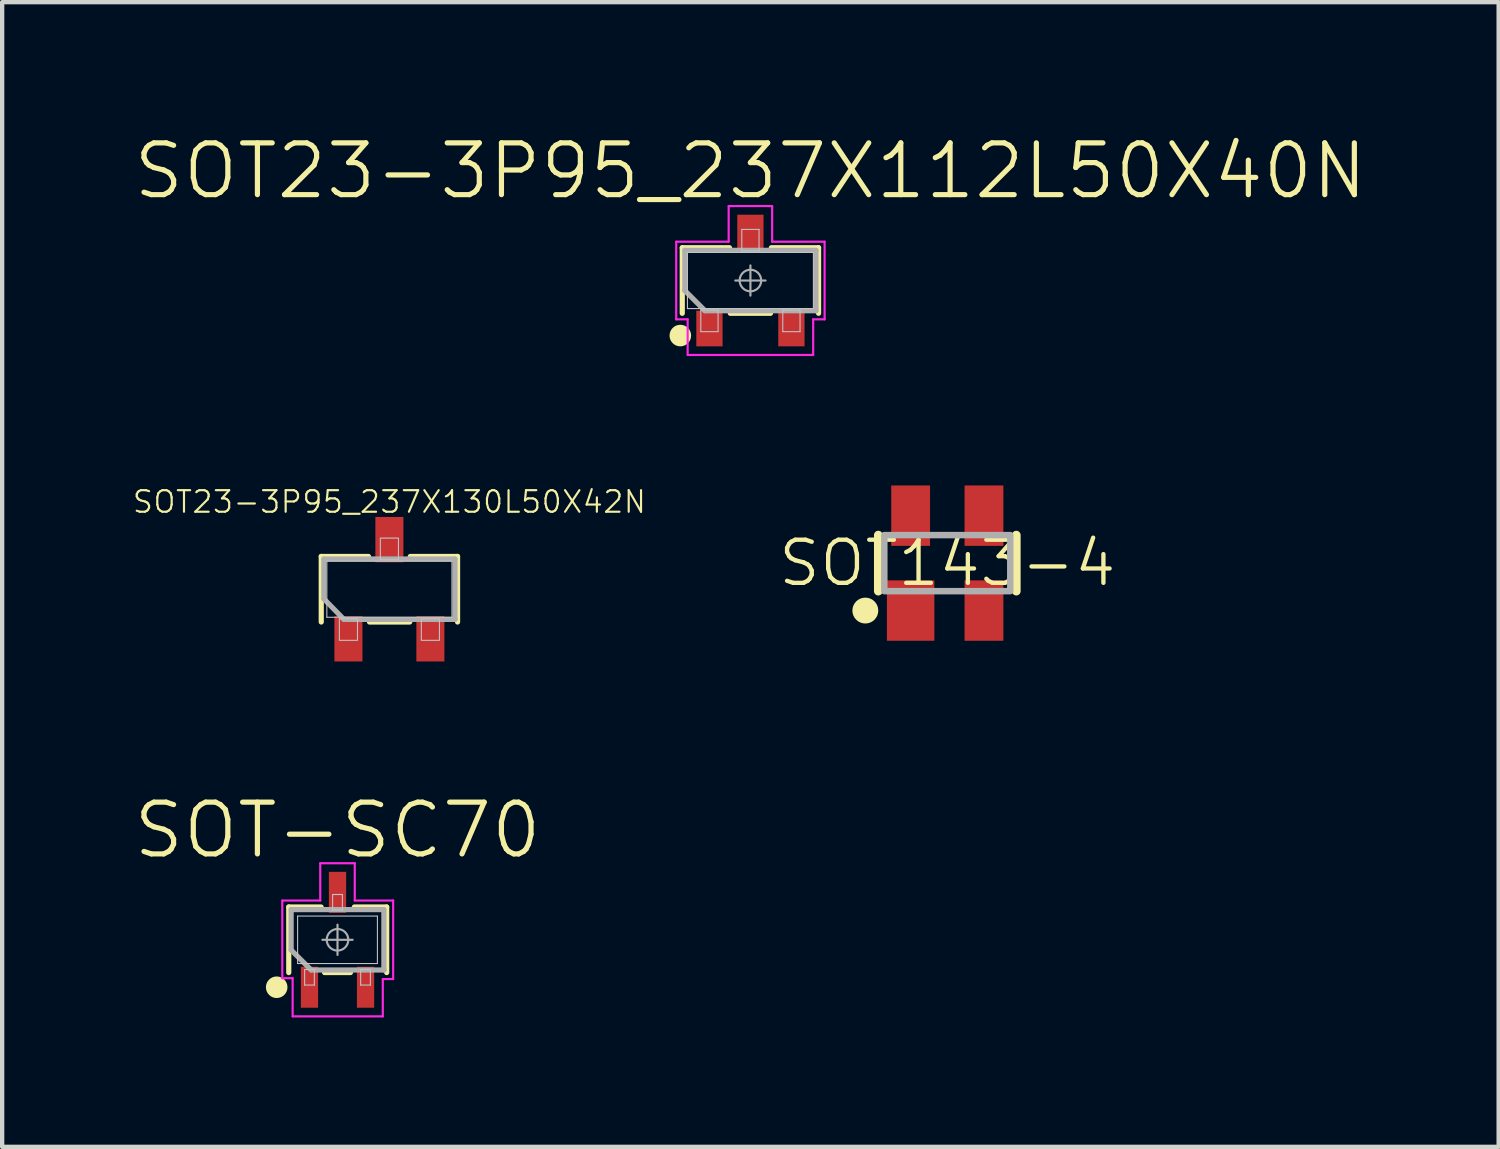
<source format=kicad_pcb>
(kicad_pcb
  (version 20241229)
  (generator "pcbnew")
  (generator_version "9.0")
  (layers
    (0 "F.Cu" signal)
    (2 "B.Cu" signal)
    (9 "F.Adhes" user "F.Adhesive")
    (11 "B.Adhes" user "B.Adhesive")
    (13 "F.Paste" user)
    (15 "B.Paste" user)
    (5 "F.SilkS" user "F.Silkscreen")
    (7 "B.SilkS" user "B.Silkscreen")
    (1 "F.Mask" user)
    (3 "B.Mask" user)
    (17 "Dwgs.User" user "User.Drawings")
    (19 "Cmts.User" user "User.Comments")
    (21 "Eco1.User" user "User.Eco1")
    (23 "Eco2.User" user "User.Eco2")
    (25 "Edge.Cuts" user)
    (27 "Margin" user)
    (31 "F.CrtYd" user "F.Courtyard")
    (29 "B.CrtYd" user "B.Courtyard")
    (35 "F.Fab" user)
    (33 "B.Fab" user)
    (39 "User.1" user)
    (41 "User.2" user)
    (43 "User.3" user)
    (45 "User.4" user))
  (footprint "SOT23-3P95_237X130L50X42N"
    (layer "F.Cu")
    (at 5.977 10.609)
    (property "Reference" "SOT23-3P95_237X130L50X42N" (at 0 -2.025 0) (unlocked yes) (layer "F.SilkS") (effects (font (size 0.5 0.5) (thickness 0.05))))
    (attr smd)
    (fp_line (start -1.58 -0.76) (end -0.485 -0.76) (stroke (width 0.12) (type solid)) (layer "F.SilkS"))
    (fp_line (start -1.58 0.76) (end -1.58 -0.76) (stroke (width 0.12) (type solid)) (layer "F.SilkS"))
    (fp_line (start 0.471 0.76) (end -0.461 0.76) (stroke (width 0.12) (type solid)) (layer "F.SilkS"))
    (fp_line (start 0.485 -0.76) (end 1.58 -0.76) (stroke (width 0.12) (type solid)) (layer "F.SilkS"))
    (fp_line (start 1.58 -0.76) (end 1.58 0.76) (stroke (width 0.12) (type solid)) (layer "F.SilkS"))
    (fp_line (start -1.45 -0.65) (end 1.45 -0.65) (stroke (width 0.025) (type default)) (layer "Dwgs.User"))
    (fp_line (start -1.45 0.65) (end -1.45 -0.65) (stroke (width 0.025) (type default)) (layer "Dwgs.User"))
    (fp_line (start 1.45 0.65) (end -1.45 0.65) (stroke (width 0.025) (type default)) (layer "Dwgs.User"))
    (fp_line (start 1.45 0.65) (end 1.45 -0.65) (stroke (width 0.025) (type default)) (layer "Dwgs.User"))
    (fp_rect (start -1.16 0.685) (end -0.74 1.185) (stroke (width 0.025) (type default)) (fill no) (layer "Dwgs.User"))
    (fp_rect (start -0.21 -1.185) (end 0.21 -0.685) (stroke (width 0.025) (type default)) (fill no) (layer "Dwgs.User"))
    (fp_rect (start 0.74 0.685) (end 1.16 1.185) (stroke (width 0.025) (type default)) (fill no) (layer "Dwgs.User"))
    (fp_line (start -1.52 -0.7) (end 1.52 -0.7) (stroke (width 0.12) (type solid)) (layer "F.Fab"))
    (fp_line (start -1.52 0.223) (end -1.52 -0.7) (stroke (width 0.12) (type solid)) (layer "F.Fab"))
    (fp_line (start -1.053 0.7) (end -1.52 0.223) (stroke (width 0.12) (type solid)) (layer "F.Fab"))
    (fp_line (start 1.52 -0.7) (end 1.52 0.7) (stroke (width 0.12) (type solid)) (layer "F.Fab"))
    (fp_line (start 1.52 0.7) (end -1.053 0.7) (stroke (width 0.12) (type solid)) (layer "F.Fab"))
    (pad "1" smd rect (at -0.95 1.15) (size 0.65 1.05) (layers "F.Cu" "F.Mask" "F.Paste"))
    (pad "2" smd rect (at 0.95 1.15) (size 0.65 1.05) (layers "F.Cu" "F.Mask" "F.Paste"))
    (pad "3" smd rect (at 0 -1.15) (size 0.65 1.05) (layers "F.Cu" "F.Mask" "F.Paste")))
  (footprint "SOT143-4"
    (layer "F.Cu")
    (at 18.91 10.004)
    (property "Reference" "SOT143-4" (at 0 0 0) (unlocked yes) (layer "F.SilkS") (effects (font (size 1 1) (thickness 0.1))))
    (attr smd)
    (fp_line (start -1.6 -0.65) (end -1.6 0.65) (stroke (width 0.2) (type default)) (layer "F.SilkS"))
    (fp_line (start 1.6 -0.65) (end 1.6 0.65) (stroke (width 0.2) (type default)) (layer "F.SilkS"))
    (fp_circle (center -1.9 1.1) (end -1.7 1.1) (stroke (width 0.2) (type solid)) (fill yes) (layer "F.SilkS"))
    (fp_rect (start -1.46 -0.65) (end 1.46 0.65) (stroke (width 0.15) (type default)) (fill no) (layer "F.Fab"))
    (pad "1" smd rect (at -0.85 1.1) (size 1.1 1.4) (layers "F.Cu" "F.Mask" "F.Paste"))
    (pad "2" smd rect (at 0.85 1.1) (size 0.9 1.4) (layers "F.Cu" "F.Mask" "F.Paste"))
    (pad "3" smd rect (at 0.85 -1.1) (size 0.9 1.4) (layers "F.Cu" "F.Mask" "F.Paste"))
    (pad "4" smd rect (at -0.85 -1.1) (size 0.9 1.4) (layers "F.Cu" "F.Mask" "F.Paste")))
  (footprint "SOT-SC70"
    (layer "F.Cu")
    (at 4.774 18.736)
    (property "Reference" "SOT-SC70" (at 0 -2.54 0) (layer "F.SilkS") (effects (font (size 1.2 1.2) (thickness 0.12))))
    (attr smd)
    (fp_line (start -1.13 -0.76) (end -0.38 -0.76) (stroke (width 0.12) (type solid)) (layer "F.SilkS"))
    (fp_line (start -1.13 0.76) (end -1.13 -0.76) (stroke (width 0.12) (type solid)) (layer "F.SilkS"))
    (fp_line (start 0.3 0.76) (end -0.3 0.76) (stroke (width 0.12) (type solid)) (layer "F.SilkS"))
    (fp_line (start 0.39 -0.76) (end 1.14 -0.76) (stroke (width 0.12) (type solid)) (layer "F.SilkS"))
    (fp_line (start 1.14 -0.76) (end 1.14 0.76) (stroke (width 0.12) (type solid)) (layer "F.SilkS"))
    (fp_circle (center -1.41 1.1) (end -1.41 1.225) (stroke (width 0.25) (type solid)) (fill no) (layer "F.SilkS"))
    (fp_line (start -0.925 -0.55) (end 0.925 -0.55) (stroke (width 0.025) (type solid)) (layer "Dwgs.User"))
    (fp_line (start -0.925 0.55) (end -0.925 -0.55) (stroke (width 0.025) (type solid)) (layer "Dwgs.User"))
    (fp_line (start -0.762 0.69) (end -0.537 0.69) (stroke (width 0.025) (type solid)) (layer "Dwgs.User"))
    (fp_line (start -0.762 1.05) (end -0.762 0.69) (stroke (width 0.025) (type solid)) (layer "Dwgs.User"))
    (fp_line (start -0.537 0.69) (end -0.537 1.05) (stroke (width 0.025) (type solid)) (layer "Dwgs.User"))
    (fp_line (start -0.537 1.05) (end -0.762 1.05) (stroke (width 0.025) (type solid)) (layer "Dwgs.User"))
    (fp_line (start -0.113 -1.05) (end 0.113 -1.05) (stroke (width 0.025) (type solid)) (layer "Dwgs.User"))
    (fp_line (start -0.113 -0.69) (end -0.113 -1.05) (stroke (width 0.025) (type solid)) (layer "Dwgs.User"))
    (fp_line (start 0.113 -1.05) (end 0.113 -0.69) (stroke (width 0.025) (type solid)) (layer "Dwgs.User"))
    (fp_line (start 0.113 -0.69) (end -0.113 -0.69) (stroke (width 0.025) (type solid)) (layer "Dwgs.User"))
    (fp_line (start 0.537 0.69) (end 0.762 0.69) (stroke (width 0.025) (type solid)) (layer "Dwgs.User"))
    (fp_line (start 0.537 1.05) (end 0.537 0.69) (stroke (width 0.025) (type solid)) (layer "Dwgs.User"))
    (fp_line (start 0.762 0.69) (end 0.762 1.05) (stroke (width 0.025) (type solid)) (layer "Dwgs.User"))
    (fp_line (start 0.762 1.05) (end 0.537 1.05) (stroke (width 0.025) (type solid)) (layer "Dwgs.User"))
    (fp_line (start 0.925 -0.55) (end 0.925 0.55) (stroke (width 0.025) (type solid)) (layer "Dwgs.User"))
    (fp_line (start 0.925 0.55) (end -0.925 0.55) (stroke (width 0.025) (type solid)) (layer "Dwgs.User"))
    (fp_line (start -1.28 -0.91) (end -1.28 0.89) (stroke (width 0.05) (type solid)) (layer "F.CrtYd"))
    (fp_line (start -1.28 0.89) (end -1.04 0.89) (stroke (width 0.05) (type solid)) (layer "F.CrtYd"))
    (fp_line (start -1.04 0.89) (end -1.04 1.775) (stroke (width 0.05) (type solid)) (layer "F.CrtYd"))
    (fp_line (start -1.04 1.775) (end 1.05 1.775) (stroke (width 0.05) (type solid)) (layer "F.CrtYd"))
    (fp_line (start -0.4 -1.775) (end -0.4 -0.91) (stroke (width 0.05) (type solid)) (layer "F.CrtYd"))
    (fp_line (start -0.4 -0.91) (end -1.28 -0.91) (stroke (width 0.05) (type solid)) (layer "F.CrtYd"))
    (fp_line (start 0.4 -1.775) (end -0.4 -1.775) (stroke (width 0.05) (type solid)) (layer "F.CrtYd"))
    (fp_line (start 0.4 -0.91) (end 0.4 -1.775) (stroke (width 0.05) (type solid)) (layer "F.CrtYd"))
    (fp_line (start 1.05 0.91) (end 1.29 0.91) (stroke (width 0.05) (type solid)) (layer "F.CrtYd"))
    (fp_line (start 1.05 1.775) (end 1.05 0.91) (stroke (width 0.05) (type solid)) (layer "F.CrtYd"))
    (fp_line (start 1.29 -0.91) (end 0.4 -0.91) (stroke (width 0.05) (type solid)) (layer "F.CrtYd"))
    (fp_line (start 1.29 0.91) (end 1.29 -0.91) (stroke (width 0.05) (type solid)) (layer "F.CrtYd"))
    (fp_line (start -1.075 -0.7) (end 1.075 -0.7) (stroke (width 0.12) (type solid)) (layer "F.Fab"))
    (fp_line (start -1.075 0.236) (end -1.075 -0.7) (stroke (width 0.12) (type solid)) (layer "F.Fab"))
    (fp_line (start -0.611 0.7) (end -1.075 0.237) (stroke (width 0.12) (type solid)) (layer "F.Fab"))
    (fp_line (start -0.35 0) (end 0.35 0) (stroke (width 0.05) (type solid)) (layer "F.Fab"))
    (fp_line (start 0 -0.35) (end 0 0.35) (stroke (width 0.05) (type solid)) (layer "F.Fab"))
    (fp_line (start 1.075 -0.7) (end 1.075 0.7) (stroke (width 0.12) (type solid)) (layer "F.Fab"))
    (fp_line (start 1.08 0.7) (end -0.611 0.7) (stroke (width 0.12) (type solid)) (layer "F.Fab"))
    (fp_circle (center 0 0) (end 0.25 0) (stroke (width 0.05) (type solid)) (fill no) (layer "F.Fab"))
    (pad "1" smd rect (at -0.65 1.1) (size 0.4 0.95) (layers "F.Cu" "F.Mask" "F.Paste"))
    (pad "2" smd rect (at 0.65 1.1) (size 0.4 0.95) (layers "F.Cu" "F.Mask" "F.Paste"))
    (pad "3" smd rect (at 0 -1.1) (size 0.4 0.95) (layers "F.Cu" "F.Mask" "F.Paste")))
  (footprint "SOT23-3P95_237X112L50X40N"
    (layer "F.Cu")
    (at 14.346 3.453)
    (property "Reference" "SOT23-3P95_237X112L50X40N" (at 0 -2.54 0) (layer "F.SilkS") (effects (font (size 1.2 1.2) (thickness 0.12))))
    (attr smd)
    (fp_line (start -1.58 -0.76) (end -0.485 -0.76) (stroke (width 0.12) (type solid)) (layer "F.SilkS"))
    (fp_line (start -1.58 0.76) (end -1.58 -0.76) (stroke (width 0.12) (type solid)) (layer "F.SilkS"))
    (fp_line (start 0.466 0.76) (end -0.466 0.76) (stroke (width 0.12) (type solid)) (layer "F.SilkS"))
    (fp_line (start 0.485 -0.76) (end 1.58 -0.76) (stroke (width 0.12) (type solid)) (layer "F.SilkS"))
    (fp_line (start 1.58 -0.76) (end 1.58 0.76) (stroke (width 0.12) (type solid)) (layer "F.SilkS"))
    (fp_circle (center -1.625 1.276) (end -1.625 1.401) (stroke (width 0.25) (type solid)) (fill no) (layer "F.SilkS"))
    (fp_line (start -1.46 -0.65) (end 1.46 -0.65) (stroke (width 0.025) (type solid)) (layer "Dwgs.User"))
    (fp_line (start -1.46 0.65) (end -1.46 -0.65) (stroke (width 0.025) (type solid)) (layer "Dwgs.User"))
    (fp_line (start -1.15 0.685) (end -0.75 0.685) (stroke (width 0.025) (type solid)) (layer "Dwgs.User"))
    (fp_line (start -1.15 1.185) (end -1.15 0.685) (stroke (width 0.025) (type solid)) (layer "Dwgs.User"))
    (fp_line (start -0.75 0.685) (end -0.75 1.185) (stroke (width 0.025) (type solid)) (layer "Dwgs.User"))
    (fp_line (start -0.75 1.185) (end -1.15 1.185) (stroke (width 0.025) (type solid)) (layer "Dwgs.User"))
    (fp_line (start -0.2 -1.185) (end 0.2 -1.185) (stroke (width 0.025) (type solid)) (layer "Dwgs.User"))
    (fp_line (start -0.2 -0.685) (end -0.2 -1.185) (stroke (width 0.025) (type solid)) (layer "Dwgs.User"))
    (fp_line (start 0.2 -1.185) (end 0.2 -0.685) (stroke (width 0.025) (type solid)) (layer "Dwgs.User"))
    (fp_line (start 0.2 -0.685) (end -0.2 -0.685) (stroke (width 0.025) (type solid)) (layer "Dwgs.User"))
    (fp_line (start 0.75 0.685) (end 1.15 0.685) (stroke (width 0.025) (type solid)) (layer "Dwgs.User"))
    (fp_line (start 0.75 1.185) (end 0.75 0.685) (stroke (width 0.025) (type solid)) (layer "Dwgs.User"))
    (fp_line (start 1.15 0.685) (end 1.15 1.185) (stroke (width 0.025) (type solid)) (layer "Dwgs.User"))
    (fp_line (start 1.15 1.185) (end 0.75 1.185) (stroke (width 0.025) (type solid)) (layer "Dwgs.User"))
    (fp_line (start 1.46 -0.65) (end 1.46 0.65) (stroke (width 0.025) (type solid)) (layer "Dwgs.User"))
    (fp_line (start 1.46 0.65) (end -1.46 0.65) (stroke (width 0.025) (type solid)) (layer "Dwgs.User"))
    (fp_line (start -1.72 -0.9) (end -1.72 0.9) (stroke (width 0.05) (type solid)) (layer "F.CrtYd"))
    (fp_line (start -1.72 0.9) (end -1.455 0.9) (stroke (width 0.05) (type solid)) (layer "F.CrtYd"))
    (fp_line (start -1.455 0.9) (end -1.455 1.726) (stroke (width 0.05) (type solid)) (layer "F.CrtYd"))
    (fp_line (start -1.455 1.726) (end 1.455 1.726) (stroke (width 0.05) (type solid)) (layer "F.CrtYd"))
    (fp_line (start -0.504 -1.726) (end -0.504 -0.9) (stroke (width 0.05) (type solid)) (layer "F.CrtYd"))
    (fp_line (start -0.504 -0.9) (end -1.72 -0.9) (stroke (width 0.05) (type solid)) (layer "F.CrtYd"))
    (fp_line (start 0.504 -1.726) (end -0.504 -1.726) (stroke (width 0.05) (type solid)) (layer "F.CrtYd"))
    (fp_line (start 0.504 -0.9) (end 0.504 -1.726) (stroke (width 0.05) (type solid)) (layer "F.CrtYd"))
    (fp_line (start 1.455 0.9) (end 1.72 0.9) (stroke (width 0.05) (type solid)) (layer "F.CrtYd"))
    (fp_line (start 1.455 1.726) (end 1.455 0.9) (stroke (width 0.05) (type solid)) (layer "F.CrtYd"))
    (fp_line (start 1.72 -0.9) (end 0.504 -0.9) (stroke (width 0.05) (type solid)) (layer "F.CrtYd"))
    (fp_line (start 1.72 0.9) (end 1.72 -0.9) (stroke (width 0.05) (type solid)) (layer "F.CrtYd"))
    (fp_line (start -1.52 -0.7) (end 1.52 -0.7) (stroke (width 0.12) (type solid)) (layer "F.Fab"))
    (fp_line (start -1.52 0.233) (end -1.52 -0.7) (stroke (width 0.12) (type solid)) (layer "F.Fab"))
    (fp_line (start -1.053 0.7) (end -1.52 0.233) (stroke (width 0.12) (type solid)) (layer "F.Fab"))
    (fp_line (start -0.35 0) (end 0.35 0) (stroke (width 0.05) (type solid)) (layer "F.Fab"))
    (fp_line (start 0 -0.35) (end 0 0.35) (stroke (width 0.05) (type solid)) (layer "F.Fab"))
    (fp_line (start 1.52 -0.7) (end 1.52 0.7) (stroke (width 0.12) (type solid)) (layer "F.Fab"))
    (fp_line (start 1.52 0.7) (end -1.053 0.7) (stroke (width 0.12) (type solid)) (layer "F.Fab"))
    (fp_circle (center 0 0) (end 0.25 0) (stroke (width 0.05) (type solid)) (fill no) (layer "F.Fab"))
    (pad "1" smd rect (at -0.95 1.113 90) (size 0.826 0.609) (layers "F.Cu" "F.Mask" "F.Paste"))
    (pad "2" smd rect (at 0.95 1.113 90) (size 0.826 0.609) (layers "F.Cu" "F.Mask" "F.Paste"))
    (pad "3" smd rect (at 0 -1.113 90) (size 0.826 0.609) (layers "F.Cu" "F.Mask" "F.Paste")))
  (gr_rect
    (start -3 -3)
    (end 31.691 23.536)
    (stroke (width 0.1) (type default))
    (fill no)
    (layer "Edge.Cuts")))
</source>
